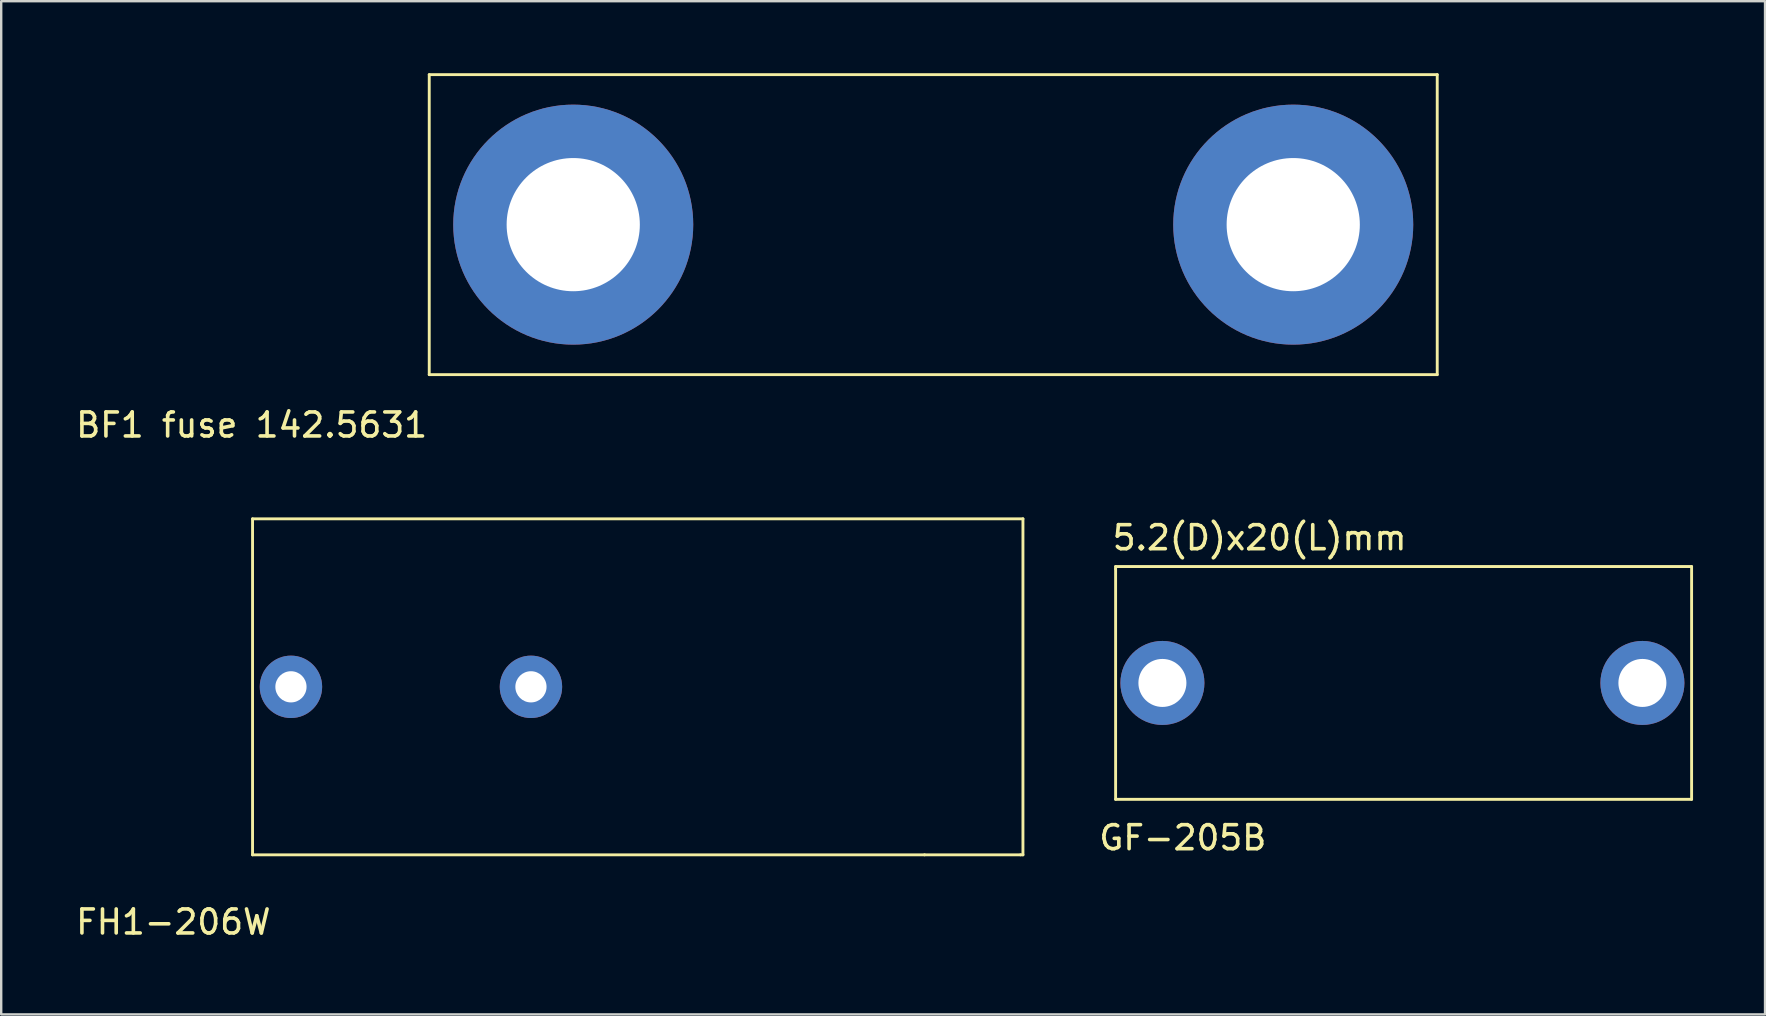
<source format=kicad_pcb>
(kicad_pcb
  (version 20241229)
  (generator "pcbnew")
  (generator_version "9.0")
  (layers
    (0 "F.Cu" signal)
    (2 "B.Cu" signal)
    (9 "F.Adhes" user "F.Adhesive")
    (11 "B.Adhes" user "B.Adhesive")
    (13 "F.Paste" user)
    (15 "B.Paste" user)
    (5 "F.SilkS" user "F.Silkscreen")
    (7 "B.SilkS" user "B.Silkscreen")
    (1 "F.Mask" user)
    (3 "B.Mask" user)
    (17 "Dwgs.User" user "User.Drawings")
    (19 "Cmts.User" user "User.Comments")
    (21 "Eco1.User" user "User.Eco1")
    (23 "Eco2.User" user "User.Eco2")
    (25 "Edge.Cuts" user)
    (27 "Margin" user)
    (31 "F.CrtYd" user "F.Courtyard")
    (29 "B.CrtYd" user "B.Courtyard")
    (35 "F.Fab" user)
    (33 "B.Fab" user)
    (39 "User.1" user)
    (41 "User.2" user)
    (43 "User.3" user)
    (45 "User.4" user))
  (footprint "BF1 fuse 142.5631"
    (layer "F.Cu")
    (at 14.835 12.56)
    (property "Reference" "BF1 fuse 142.5631" (at -7.4 2.1 0) (layer "F.SilkS") (effects (font (size 1 1) (thickness 0.15))))
    (attr through_hole)
    (fp_line (start 0 -12.5) (end 0 0) (stroke (width 0.12) (type solid)) (layer "F.SilkS"))
    (fp_line (start 0 0) (end 42 0) (stroke (width 0.12) (type solid)) (layer "F.SilkS"))
    (fp_line (start 42 -12.5) (end 0 -12.5) (stroke (width 0.12) (type solid)) (layer "F.SilkS"))
    (fp_line (start 42 0) (end 42 -12.5) (stroke (width 0.12) (type solid)) (layer "F.SilkS"))
    (pad "1" thru_hole circle (at 6 -6.25) (size 10 10) (drill 5.55) (layers "*.Cu" "*.Mask"))
    (pad "2" thru_hole circle (at 36 -6.25) (size 10 10) (drill 5.55) (layers "*.Cu" "*.Mask")))
  (footprint "FH1-206W"
    (layer "F.Cu")
    (at 7.473 32.568)
    (property "Reference" "FH1-206W" (at -3.3 2.8 0) (layer "F.SilkS") (effects (font (size 1 1) (thickness 0.15))))
    (attr through_hole)
    (fp_line (start 0 -14) (end 0 0) (stroke (width 0.12) (type solid)) (layer "F.SilkS"))
    (fp_line (start 0 0) (end 28 0) (stroke (width 0.12) (type solid)) (layer "F.SilkS"))
    (fp_line (start 28 0) (end 32 0) (stroke (width 0.12) (type solid)) (layer "F.SilkS"))
    (fp_line (start 32 0) (end 32.1 0) (stroke (width 0.12) (type solid)) (layer "F.SilkS"))
    (fp_line (start 32.1 -14) (end 0 -14) (stroke (width 0.12) (type solid)) (layer "F.SilkS"))
    (fp_line (start 32.1 0) (end 32.1 -14) (stroke (width 0.12) (type solid)) (layer "F.SilkS"))
    (pad "1" thru_hole circle (at 1.6 -7) (size 2.6 2.6) (drill 1.3) (layers "*.Cu" "*.Mask"))
    (pad "2" thru_hole circle (at 11.6 -7) (size 2.6 2.6) (drill 1.3) (layers "*.Cu" "*.Mask")))
  (footprint "GF-205B"
    (layer "F.Cu")
    (at 43.434 30.256)
    (property "Reference" "GF-205B" (at 2.8 1.6 0) (layer "F.SilkS") (effects (font (size 1 1) (thickness 0.15))))
    (attr through_hole)
    (fp_line (start 0 -9.7) (end 0 -9.6) (stroke (width 0.12) (type solid)) (layer "F.SilkS"))
    (fp_line (start 0 -9.6) (end 0 0) (stroke (width 0.12) (type solid)) (layer "F.SilkS"))
    (fp_line (start 0 0) (end 24 0) (stroke (width 0.12) (type solid)) (layer "F.SilkS"))
    (fp_line (start 24 -9.7) (end 0 -9.7) (stroke (width 0.12) (type solid)) (layer "F.SilkS"))
    (fp_line (start 24 0) (end 24 -9.7) (stroke (width 0.12) (type solid)) (layer "F.SilkS"))
    (fp_text user "5.2(D)x20(L)mm" (at 6 -10.9 0) (layer "F.SilkS") (effects (font (size 1 1) (thickness 0.15))))
    (pad "1" thru_hole circle (at 1.95 -4.85) (size 3.5 3.5) (drill 2) (layers "*.Cu" "*.Mask"))
    (pad "2" thru_hole circle (at 21.95 -4.85) (size 3.5 3.5) (drill 2) (layers "*.Cu" "*.Mask")))
  (gr_rect
    (start -3 -3)
    (end 70.494 39.217)
    (stroke (width 0.1) (type default))
    (fill no)
    (layer "Edge.Cuts")))
</source>
